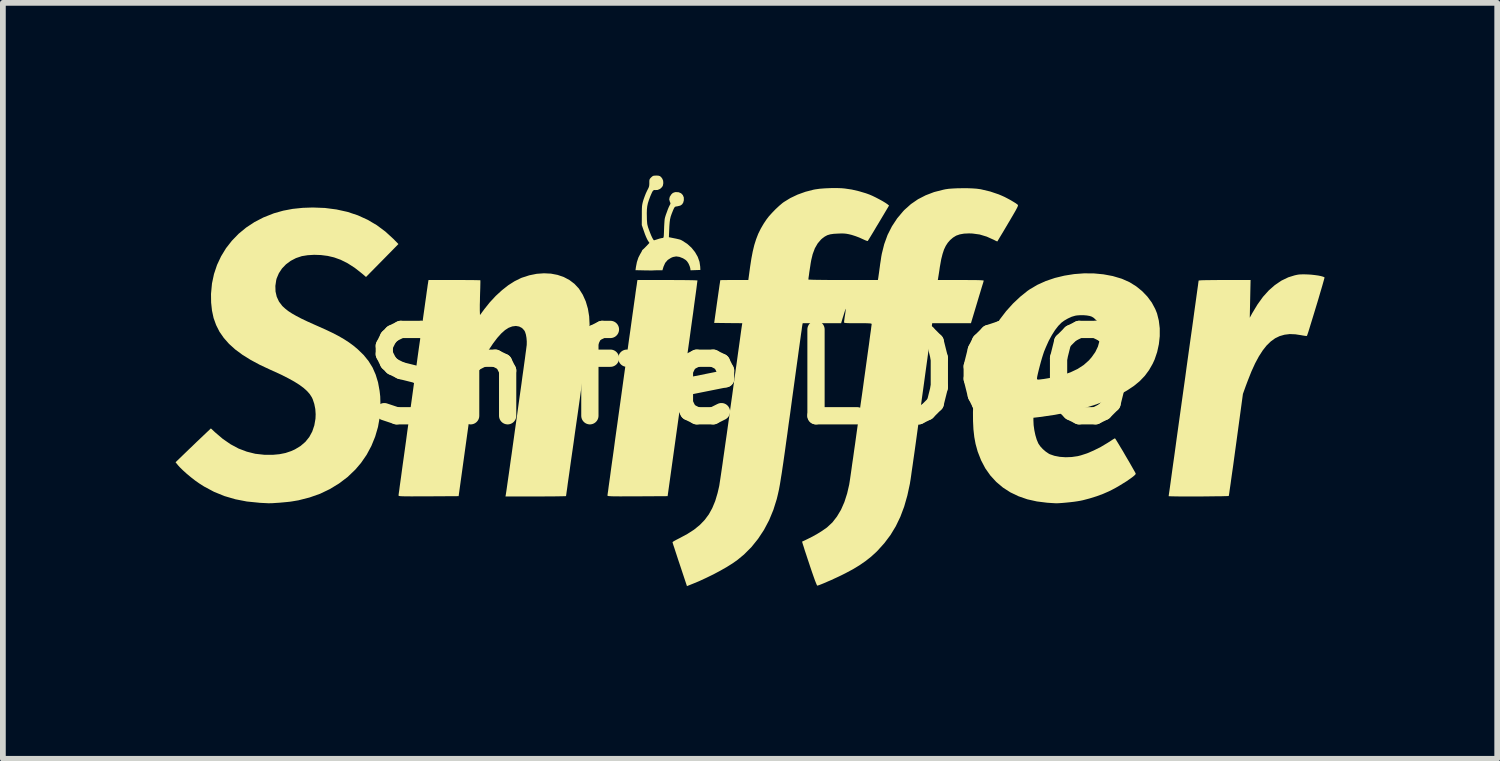
<source format=kicad_pcb>
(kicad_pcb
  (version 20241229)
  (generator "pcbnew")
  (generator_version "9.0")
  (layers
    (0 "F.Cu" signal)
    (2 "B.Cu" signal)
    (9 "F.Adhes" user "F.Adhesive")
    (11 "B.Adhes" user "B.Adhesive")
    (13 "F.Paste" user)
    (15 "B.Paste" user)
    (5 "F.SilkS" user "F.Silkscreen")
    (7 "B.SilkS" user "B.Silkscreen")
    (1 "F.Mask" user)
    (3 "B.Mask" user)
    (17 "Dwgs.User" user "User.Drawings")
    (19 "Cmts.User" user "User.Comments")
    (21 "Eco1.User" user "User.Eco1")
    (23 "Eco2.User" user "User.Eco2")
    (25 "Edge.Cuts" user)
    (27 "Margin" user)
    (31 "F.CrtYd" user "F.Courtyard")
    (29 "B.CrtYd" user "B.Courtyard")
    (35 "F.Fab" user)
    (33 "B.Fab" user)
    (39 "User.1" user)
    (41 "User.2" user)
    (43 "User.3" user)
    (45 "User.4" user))
  (footprint "SnifferLOGO"
    (layer "F.Cu")
    (at 9.984 3.495)
    (property "Reference" "SnifferLOGO" (at 0 0 180) (layer "F.SilkS") (effects (font (size 1.5 1.5) (thickness 0.3))))
    (attr board_only exclude_from_pos_files exclude_from_bom)
    (fp_poly (pts (xy -1.34 -1.68) (xy -1.246 -1.679) (xy -1.161 -1.679) (xy -1.085 -1.678) (xy -1.021 -1.677) (xy -0.971 -1.676) (xy -0.936 -1.674) (xy -0.919 -1.673) (xy -0.917 -1.673) (xy -0.918 -1.662) (xy -0.922 -1.633) (xy -0.928 -1.585) (xy -0.936 -1.521) (xy -0.947 -1.441) (xy -0.96 -1.346) (xy -0.975 -1.237) (xy -0.991 -1.115) (xy -1.01 -0.981) (xy -1.03 -0.836) (xy -1.051 -0.681) (xy -1.074 -0.517) (xy -1.098 -0.344) (xy -1.123 -0.164) (xy -1.149 0.022) (xy -1.174 0.205) (xy -1.435 2.075) (xy -1.958 2.078) (xy -2.074 2.078) (xy -2.171 2.078) (xy -2.252 2.079) (xy -2.318 2.078) (xy -2.37 2.078) (xy -2.409 2.077) (xy -2.438 2.075) (xy -2.458 2.074) (xy -2.471 2.071) (xy -2.478 2.069) (xy -2.48 2.065) (xy -2.48 2.064) (xy -2.479 2.053) (xy -2.475 2.023) (xy -2.468 1.976) (xy -2.46 1.913) (xy -2.449 1.834) (xy -2.436 1.742) (xy -2.422 1.637) (xy -2.406 1.52) (xy -2.388 1.394) (xy -2.369 1.258) (xy -2.35 1.114) (xy -2.329 0.963) (xy -2.307 0.807) (xy -2.285 0.647) (xy -2.262 0.483) (xy -2.239 0.318) (xy -2.216 0.151) (xy -2.193 -0.015) (xy -2.17 -0.179) (xy -2.148 -0.341) (xy -2.126 -0.498) (xy -2.105 -0.651) (xy -2.084 -0.797) (xy -2.065 -0.935) (xy -2.047 -1.065) (xy -2.03 -1.185) (xy -2.015 -1.294) (xy -2.001 -1.39) (xy -1.99 -1.473) (xy -1.98 -1.542) (xy -1.972 -1.594) (xy -1.967 -1.63) (xy -1.965 -1.647) (xy -1.965 -1.647) (xy -1.959 -1.68) (xy -1.44 -1.68)) (stroke (width 0) (type solid)) (fill yes) (layer "F.SilkS"))
    (fp_poly (pts (xy 9.679 -1.777) (xy 9.685 -1.777) (xy 9.748 -1.773) (xy 9.81 -1.766) (xy 9.868 -1.758) (xy 9.917 -1.748) (xy 9.955 -1.737) (xy 9.976 -1.727) (xy 9.978 -1.726) (xy 9.976 -1.715) (xy 9.969 -1.688) (xy 9.957 -1.646) (xy 9.942 -1.592) (xy 9.923 -1.527) (xy 9.901 -1.453) (xy 9.878 -1.374) (xy 9.853 -1.29) (xy 9.827 -1.205) (xy 9.801 -1.119) (xy 9.776 -1.037) (xy 9.752 -0.959) (xy 9.73 -0.888) (xy 9.711 -0.825) (xy 9.695 -0.774) (xy 9.682 -0.736) (xy 9.674 -0.714) (xy 9.672 -0.709) (xy 9.66 -0.708) (xy 9.633 -0.711) (xy 9.596 -0.717) (xy 9.575 -0.721) (xy 9.471 -0.737) (xy 9.374 -0.741) (xy 9.284 -0.73) (xy 9.199 -0.706) (xy 9.12 -0.668) (xy 9.044 -0.613) (xy 8.972 -0.543) (xy 8.904 -0.457) (xy 8.837 -0.353) (xy 8.772 -0.232) (xy 8.708 -0.092) (xy 8.645 0.067) (xy 8.611 0.157) (xy 8.56 0.299) (xy 8.44 1.181) (xy 8.422 1.311) (xy 8.405 1.436) (xy 8.389 1.554) (xy 8.373 1.664) (xy 8.359 1.763) (xy 8.347 1.851) (xy 8.336 1.926) (xy 8.327 1.988) (xy 8.321 2.033) (xy 8.316 2.062) (xy 8.314 2.071) (xy 8.304 2.073) (xy 8.276 2.074) (xy 8.232 2.075) (xy 8.175 2.077) (xy 8.108 2.077) (xy 8.032 2.078) (xy 7.949 2.079) (xy 7.863 2.08) (xy 7.775 2.08) (xy 7.687 2.08) (xy 7.602 2.08) (xy 7.522 2.08) (xy 7.449 2.08) (xy 7.385 2.079) (xy 7.333 2.078) (xy 7.296 2.077) (xy 7.274 2.076) (xy 7.27 2.075) (xy 7.271 2.065) (xy 7.275 2.036) (xy 7.282 1.989) (xy 7.291 1.925) (xy 7.302 1.846) (xy 7.315 1.751) (xy 7.33 1.642) (xy 7.347 1.52) (xy 7.366 1.387) (xy 7.386 1.242) (xy 7.407 1.087) (xy 7.43 0.923) (xy 7.454 0.75) (xy 7.479 0.571) (xy 7.505 0.385) (xy 7.53 0.206) (xy 7.557 0.015) (xy 7.582 -0.171) (xy 7.607 -0.35) (xy 7.631 -0.522) (xy 7.654 -0.686) (xy 7.676 -0.841) (xy 7.696 -0.985) (xy 7.714 -1.119) (xy 7.731 -1.24) (xy 7.746 -1.348) (xy 7.759 -1.443) (xy 7.77 -1.522) (xy 7.779 -1.585) (xy 7.785 -1.632) (xy 7.789 -1.66) (xy 7.79 -1.67) (xy 7.799 -1.672) (xy 7.827 -1.675) (xy 7.873 -1.677) (xy 7.939 -1.678) (xy 8.024 -1.679) (xy 8.128 -1.68) (xy 8.241 -1.68) (xy 8.693 -1.68) (xy 8.686 -1.353) (xy 8.679 -1.025) (xy 8.723 -1.106) (xy 8.813 -1.255) (xy 8.908 -1.387) (xy 9.01 -1.5) (xy 9.117 -1.594) (xy 9.23 -1.67) (xy 9.348 -1.727) (xy 9.458 -1.761) (xy 9.498 -1.77) (xy 9.534 -1.776) (xy 9.573 -1.778) (xy 9.619 -1.779)) (stroke (width 0) (type solid)) (fill yes) (layer "F.SilkS"))
    (fp_poly (pts (xy -7.389 -2.932) (xy -7.188 -2.906) (xy -6.998 -2.864) (xy -6.817 -2.804) (xy -6.648 -2.727) (xy -6.488 -2.633) (xy -6.339 -2.522) (xy -6.199 -2.394) (xy -6.198 -2.393) (xy -6.112 -2.305) (xy -6.393 -2.019) (xy -6.675 -1.733) (xy -6.75 -1.797) (xy -6.871 -1.892) (xy -6.994 -1.971) (xy -7.116 -2.032) (xy -7.23 -2.073) (xy -7.341 -2.099) (xy -7.458 -2.114) (xy -7.577 -2.118) (xy -7.69 -2.111) (xy -7.79 -2.095) (xy -7.892 -2.061) (xy -7.984 -2.013) (xy -8.066 -1.952) (xy -8.135 -1.88) (xy -8.189 -1.798) (xy -8.227 -1.709) (xy -8.235 -1.679) (xy -8.25 -1.577) (xy -8.247 -1.48) (xy -8.226 -1.389) (xy -8.187 -1.305) (xy -8.131 -1.231) (xy -8.121 -1.221) (xy -8.077 -1.181) (xy -8.025 -1.14) (xy -7.962 -1.099) (xy -7.887 -1.056) (xy -7.799 -1.01) (xy -7.696 -0.961) (xy -7.576 -0.907) (xy -7.515 -0.88) (xy -7.378 -0.819) (xy -7.258 -0.762) (xy -7.152 -0.707) (xy -7.057 -0.652) (xy -6.972 -0.597) (xy -6.893 -0.539) (xy -6.819 -0.477) (xy -6.817 -0.475) (xy -6.716 -0.377) (xy -6.631 -0.272) (xy -6.561 -0.159) (xy -6.507 -0.036) (xy -6.466 0.098) (xy -6.439 0.246) (xy -6.428 0.343) (xy -6.423 0.522) (xy -6.436 0.699) (xy -6.467 0.873) (xy -6.516 1.041) (xy -6.582 1.203) (xy -6.664 1.356) (xy -6.762 1.498) (xy -6.861 1.614) (xy -6.996 1.743) (xy -7.144 1.855) (xy -7.303 1.952) (xy -7.474 2.034) (xy -7.656 2.098) (xy -7.848 2.147) (xy -7.948 2.164) (xy -7.993 2.171) (xy -8.05 2.177) (xy -8.114 2.183) (xy -8.18 2.189) (xy -8.244 2.193) (xy -8.302 2.197) (xy -8.348 2.198) (xy -8.375 2.198) (xy -8.396 2.197) (xy -8.433 2.195) (xy -8.479 2.193) (xy -8.531 2.19) (xy -8.535 2.189) (xy -8.745 2.168) (xy -8.945 2.129) (xy -9.136 2.073) (xy -9.317 1.999) (xy -9.489 1.907) (xy -9.575 1.852) (xy -9.646 1.802) (xy -9.719 1.745) (xy -9.791 1.685) (xy -9.856 1.626) (xy -9.911 1.572) (xy -9.94 1.54) (xy -9.984 1.486) (xy -9.81 1.318) (xy -9.751 1.261) (xy -9.687 1.2) (xy -9.623 1.138) (xy -9.563 1.081) (xy -9.512 1.033) (xy -9.503 1.024) (xy -9.37 0.898) (xy -9.295 0.968) (xy -9.162 1.081) (xy -9.027 1.174) (xy -8.889 1.248) (xy -8.746 1.302) (xy -8.598 1.339) (xy -8.444 1.356) (xy -8.295 1.357) (xy -8.178 1.346) (xy -8.073 1.325) (xy -7.975 1.292) (xy -7.911 1.263) (xy -7.813 1.204) (xy -7.729 1.132) (xy -7.661 1.048) (xy -7.609 0.952) (xy -7.573 0.845) (xy -7.553 0.729) (xy -7.55 0.652) (xy -7.556 0.561) (xy -7.574 0.472) (xy -7.601 0.391) (xy -7.617 0.357) (xy -7.652 0.303) (xy -7.699 0.249) (xy -7.758 0.196) (xy -7.832 0.141) (xy -7.921 0.085) (xy -8.026 0.027) (xy -8.148 -0.035) (xy -8.288 -0.099) (xy -8.335 -0.12) (xy -8.517 -0.205) (xy -8.679 -0.292) (xy -8.822 -0.381) (xy -8.948 -0.474) (xy -9.055 -0.571) (xy -9.146 -0.674) (xy -9.221 -0.782) (xy -9.279 -0.897) (xy -9.323 -1.019) (xy -9.351 -1.149) (xy -9.366 -1.288) (xy -9.368 -1.437) (xy -9.367 -1.45) (xy -9.351 -1.621) (xy -9.316 -1.785) (xy -9.263 -1.943) (xy -9.193 -2.092) (xy -9.107 -2.233) (xy -9.005 -2.363) (xy -8.889 -2.483) (xy -8.758 -2.591) (xy -8.614 -2.686) (xy -8.458 -2.767) (xy -8.289 -2.834) (xy -8.273 -2.84) (xy -8.113 -2.885) (xy -7.949 -2.916) (xy -7.776 -2.934) (xy -7.6 -2.94)) (stroke (width 0) (type solid)) (fill yes) (layer "F.SilkS"))
    (fp_poly (pts (xy -1.594 -3.493) (xy -1.568 -3.485) (xy -1.547 -3.467) (xy -1.527 -3.44) (xy -1.513 -3.406) (xy -1.51 -3.363) (xy -1.517 -3.322) (xy -1.531 -3.296) (xy -1.566 -3.263) (xy -1.608 -3.245) (xy -1.646 -3.243) (xy -1.665 -3.244) (xy -1.68 -3.239) (xy -1.694 -3.225) (xy -1.708 -3.199) (xy -1.726 -3.158) (xy -1.736 -3.135) (xy -1.76 -3.07) (xy -1.778 -3.014) (xy -1.789 -2.962) (xy -1.795 -2.906) (xy -1.797 -2.842) (xy -1.796 -2.79) (xy -1.795 -2.731) (xy -1.792 -2.687) (xy -1.789 -2.653) (xy -1.782 -2.623) (xy -1.773 -2.591) (xy -1.76 -2.555) (xy -1.739 -2.499) (xy -1.719 -2.45) (xy -1.7 -2.41) (xy -1.684 -2.383) (xy -1.674 -2.371) (xy -1.672 -2.37) (xy -1.66 -2.373) (xy -1.634 -2.381) (xy -1.606 -2.39) (xy -1.571 -2.401) (xy -1.54 -2.408) (xy -1.525 -2.41) (xy -1.516 -2.411) (xy -1.51 -2.415) (xy -1.505 -2.425) (xy -1.502 -2.445) (xy -1.5 -2.478) (xy -1.498 -2.526) (xy -1.497 -2.558) (xy -1.495 -2.613) (xy -1.492 -2.666) (xy -1.489 -2.709) (xy -1.486 -2.739) (xy -1.485 -2.745) (xy -1.478 -2.774) (xy -1.465 -2.815) (xy -1.448 -2.861) (xy -1.431 -2.908) (xy -1.414 -2.949) (xy -1.399 -2.979) (xy -1.395 -2.987) (xy -1.386 -3.004) (xy -1.388 -3.022) (xy -1.396 -3.04) (xy -1.407 -3.082) (xy -1.398 -3.125) (xy -1.37 -3.169) (xy -1.344 -3.193) (xy -1.314 -3.204) (xy -1.294 -3.208) (xy -1.243 -3.205) (xy -1.201 -3.187) (xy -1.171 -3.156) (xy -1.154 -3.115) (xy -1.153 -3.067) (xy -1.164 -3.025) (xy -1.184 -2.994) (xy -1.215 -2.973) (xy -1.26 -2.962) (xy -1.269 -2.96) (xy -1.292 -2.957) (xy -1.307 -2.951) (xy -1.319 -2.937) (xy -1.331 -2.913) (xy -1.343 -2.885) (xy -1.365 -2.83) (xy -1.382 -2.781) (xy -1.393 -2.733) (xy -1.4 -2.68) (xy -1.405 -2.616) (xy -1.407 -2.57) (xy -1.413 -2.424) (xy -1.334 -2.408) (xy -1.284 -2.398) (xy -1.25 -2.39) (xy -1.226 -2.384) (xy -1.208 -2.378) (xy -1.192 -2.37) (xy -1.179 -2.363) (xy -1.094 -2.308) (xy -1.02 -2.241) (xy -0.959 -2.165) (xy -0.912 -2.083) (xy -0.881 -1.996) (xy -0.869 -1.914) (xy -0.866 -1.855) (xy -0.952 -1.852) (xy -1.037 -1.849) (xy -1.042 -1.887) (xy -1.051 -1.918) (xy -1.066 -1.954) (xy -1.077 -1.975) (xy -1.099 -2.007) (xy -1.125 -2.031) (xy -1.162 -2.054) (xy -1.169 -2.058) (xy -1.23 -2.082) (xy -1.286 -2.09) (xy -1.341 -2.08) (xy -1.375 -2.066) (xy -1.433 -2.029) (xy -1.477 -1.978) (xy -1.506 -1.913) (xy -1.507 -1.91) (xy -1.525 -1.85) (xy -1.6 -1.849) (xy -1.639 -1.849) (xy -1.67 -1.848) (xy -1.689 -1.847) (xy -1.69 -1.847) (xy -1.705 -1.846) (xy -1.736 -1.846) (xy -1.779 -1.847) (xy -1.83 -1.847) (xy -1.849 -1.848) (xy -1.993 -1.851) (xy -1.986 -1.903) (xy -1.969 -1.991) (xy -1.943 -2.07) (xy -1.913 -2.128) (xy -1.896 -2.157) (xy -1.884 -2.179) (xy -1.88 -2.19) (xy -1.873 -2.203) (xy -1.867 -2.207) (xy -1.855 -2.218) (xy -1.833 -2.239) (xy -1.806 -2.267) (xy -1.803 -2.27) (xy -1.751 -2.325) (xy -1.778 -2.365) (xy -1.792 -2.391) (xy -1.81 -2.43) (xy -1.829 -2.477) (xy -1.844 -2.52) (xy -1.884 -2.635) (xy -1.883 -2.81) (xy -1.883 -2.874) (xy -1.882 -2.922) (xy -1.88 -2.96) (xy -1.876 -2.99) (xy -1.87 -3.019) (xy -1.862 -3.05) (xy -1.851 -3.085) (xy -1.833 -3.135) (xy -1.813 -3.186) (xy -1.793 -3.229) (xy -1.785 -3.245) (xy -1.766 -3.282) (xy -1.756 -3.313) (xy -1.753 -3.346) (xy -1.753 -3.367) (xy -1.753 -3.403) (xy -1.749 -3.426) (xy -1.739 -3.444) (xy -1.722 -3.462) (xy -1.701 -3.481) (xy -1.682 -3.491) (xy -1.655 -3.494) (xy -1.632 -3.495)) (stroke (width 0) (type solid)) (fill yes) (layer "F.SilkS"))
    (fp_poly (pts (xy -3.462 -1.791) (xy -3.347 -1.769) (xy -3.239 -1.732) (xy -3.141 -1.68) (xy -3.054 -1.614) (xy -2.979 -1.534) (xy -2.974 -1.527) (xy -2.909 -1.424) (xy -2.857 -1.308) (xy -2.82 -1.182) (xy -2.798 -1.049) (xy -2.791 -0.91) (xy -2.793 -0.855) (xy -2.795 -0.833) (xy -2.8 -0.793) (xy -2.807 -0.735) (xy -2.817 -0.662) (xy -2.829 -0.573) (xy -2.842 -0.471) (xy -2.858 -0.356) (xy -2.875 -0.229) (xy -2.894 -0.093) (xy -2.914 0.052) (xy -2.936 0.205) (xy -2.958 0.364) (xy -2.981 0.528) (xy -2.999 0.656) (xy -3.023 0.822) (xy -3.046 0.982) (xy -3.067 1.135) (xy -3.088 1.281) (xy -3.108 1.419) (xy -3.126 1.546) (xy -3.142 1.662) (xy -3.157 1.766) (xy -3.17 1.857) (xy -3.18 1.934) (xy -3.189 1.995) (xy -3.195 2.039) (xy -3.199 2.066) (xy -3.2 2.074) (xy -3.21 2.075) (xy -3.238 2.076) (xy -3.282 2.077) (xy -3.34 2.078) (xy -3.412 2.079) (xy -3.494 2.079) (xy -3.584 2.08) (xy -3.682 2.08) (xy -3.726 2.08) (xy -4.252 2.08) (xy -4.246 2.047) (xy -4.243 2.027) (xy -4.237 1.988) (xy -4.229 1.933) (xy -4.219 1.862) (xy -4.207 1.778) (xy -4.193 1.682) (xy -4.178 1.575) (xy -4.162 1.459) (xy -4.144 1.336) (xy -4.126 1.205) (xy -4.107 1.07) (xy -4.088 0.932) (xy -4.068 0.792) (xy -4.048 0.651) (xy -4.029 0.511) (xy -4.01 0.374) (xy -3.991 0.241) (xy -3.973 0.113) (xy -3.957 -0.008) (xy -3.941 -0.12) (xy -3.927 -0.223) (xy -3.914 -0.315) (xy -3.904 -0.393) (xy -3.895 -0.458) (xy -3.889 -0.506) (xy -3.885 -0.538) (xy -3.883 -0.55) (xy -3.882 -0.612) (xy -3.887 -0.675) (xy -3.897 -0.732) (xy -3.912 -0.779) (xy -3.924 -0.802) (xy -3.964 -0.846) (xy -4.014 -0.872) (xy -4.071 -0.882) (xy -4.134 -0.874) (xy -4.198 -0.85) (xy -4.26 -0.81) (xy -4.326 -0.751) (xy -4.395 -0.674) (xy -4.467 -0.579) (xy -4.541 -0.468) (xy -4.617 -0.34) (xy -4.695 -0.196) (xy -4.709 -0.169) (xy -4.771 -0.045) (xy -4.919 1.015) (xy -5.066 2.075) (xy -5.588 2.078) (xy -5.703 2.078) (xy -5.801 2.078) (xy -5.881 2.079) (xy -5.946 2.078) (xy -5.998 2.078) (xy -6.037 2.077) (xy -6.066 2.076) (xy -6.086 2.074) (xy -6.099 2.072) (xy -6.106 2.069) (xy -6.109 2.066) (xy -6.11 2.062) (xy -6.109 2.051) (xy -6.105 2.021) (xy -6.098 1.974) (xy -6.09 1.91) (xy -6.079 1.831) (xy -6.066 1.739) (xy -6.052 1.634) (xy -6.036 1.517) (xy -6.018 1.39) (xy -5.999 1.254) (xy -5.979 1.11) (xy -5.959 0.959) (xy -5.937 0.803) (xy -5.915 0.643) (xy -5.892 0.479) (xy -5.869 0.314) (xy -5.846 0.147) (xy -5.823 -0.019) (xy -5.8 -0.183) (xy -5.778 -0.345) (xy -5.756 -0.502) (xy -5.734 -0.654) (xy -5.714 -0.8) (xy -5.695 -0.939) (xy -5.677 -1.068) (xy -5.66 -1.188) (xy -5.645 -1.297) (xy -5.631 -1.393) (xy -5.62 -1.475) (xy -5.61 -1.543) (xy -5.603 -1.595) (xy -5.597 -1.63) (xy -5.595 -1.647) (xy -5.595 -1.647) (xy -5.589 -1.68) (xy -5.141 -1.68) (xy -5.049 -1.68) (xy -4.962 -1.68) (xy -4.884 -1.679) (xy -4.816 -1.679) (xy -4.761 -1.678) (xy -4.72 -1.677) (xy -4.696 -1.677) (xy -4.689 -1.676) (xy -4.688 -1.665) (xy -4.688 -1.637) (xy -4.689 -1.595) (xy -4.69 -1.542) (xy -4.692 -1.481) (xy -4.693 -1.453) (xy -4.695 -1.383) (xy -4.696 -1.314) (xy -4.698 -1.251) (xy -4.698 -1.197) (xy -4.698 -1.159) (xy -4.698 -1.153) (xy -4.695 -1.071) (xy -4.62 -1.173) (xy -4.524 -1.293) (xy -4.421 -1.404) (xy -4.313 -1.503) (xy -4.204 -1.589) (xy -4.094 -1.659) (xy -3.987 -1.712) (xy -3.968 -1.72) (xy -3.838 -1.762) (xy -3.709 -1.788) (xy -3.583 -1.797)) (stroke (width 0) (type solid)) (fill yes) (layer "F.SilkS"))
    (fp_poly (pts (xy 5.969 -1.795) (xy 6.137 -1.779) (xy 6.298 -1.749) (xy 6.45 -1.704) (xy 6.468 -1.697) (xy 6.591 -1.642) (xy 6.705 -1.571) (xy 6.809 -1.487) (xy 6.9 -1.392) (xy 6.977 -1.288) (xy 7.037 -1.176) (xy 7.068 -1.099) (xy 7.099 -0.974) (xy 7.115 -0.842) (xy 7.115 -0.704) (xy 7.1 -0.566) (xy 7.07 -0.429) (xy 7.026 -0.299) (xy 6.992 -0.225) (xy 6.929 -0.115) (xy 6.855 -0.015) (xy 6.768 0.076) (xy 6.666 0.16) (xy 6.547 0.239) (xy 6.42 0.309) (xy 6.223 0.4) (xy 6.011 0.481) (xy 5.783 0.552) (xy 5.543 0.613) (xy 5.292 0.662) (xy 5.03 0.7) (xy 5.022 0.701) (xy 4.92 0.713) (xy 4.92 0.759) (xy 4.924 0.842) (xy 4.936 0.929) (xy 4.954 1.014) (xy 4.977 1.092) (xy 5.004 1.156) (xy 5.007 1.162) (xy 5.039 1.209) (xy 5.083 1.257) (xy 5.134 1.301) (xy 5.184 1.335) (xy 5.204 1.346) (xy 5.285 1.374) (xy 5.379 1.392) (xy 5.481 1.399) (xy 5.586 1.395) (xy 5.69 1.38) (xy 5.745 1.366) (xy 5.853 1.331) (xy 5.969 1.281) (xy 6.089 1.221) (xy 6.208 1.15) (xy 6.272 1.109) (xy 6.302 1.089) (xy 6.325 1.076) (xy 6.337 1.07) (xy 6.337 1.07) (xy 6.344 1.079) (xy 6.359 1.102) (xy 6.381 1.138) (xy 6.409 1.184) (xy 6.441 1.238) (xy 6.477 1.297) (xy 6.513 1.36) (xy 6.55 1.423) (xy 6.586 1.484) (xy 6.619 1.542) (xy 6.648 1.593) (xy 6.672 1.635) (xy 6.689 1.665) (xy 6.697 1.683) (xy 6.698 1.685) (xy 6.692 1.698) (xy 6.67 1.72) (xy 6.635 1.748) (xy 6.59 1.78) (xy 6.537 1.817) (xy 6.477 1.854) (xy 6.414 1.893) (xy 6.35 1.93) (xy 6.286 1.964) (xy 6.232 1.991) (xy 6.129 2.036) (xy 6.015 2.078) (xy 5.896 2.115) (xy 5.782 2.145) (xy 5.74 2.154) (xy 5.689 2.163) (xy 5.628 2.172) (xy 5.56 2.18) (xy 5.49 2.187) (xy 5.424 2.193) (xy 5.365 2.197) (xy 5.319 2.199) (xy 5.3 2.198) (xy 5.28 2.197) (xy 5.246 2.195) (xy 5.201 2.192) (xy 5.157 2.189) (xy 4.981 2.167) (xy 4.815 2.13) (xy 4.662 2.077) (xy 4.52 2.009) (xy 4.391 1.926) (xy 4.275 1.828) (xy 4.173 1.717) (xy 4.084 1.591) (xy 4.011 1.452) (xy 3.952 1.301) (xy 3.915 1.167) (xy 3.893 1.048) (xy 3.878 0.914) (xy 3.871 0.769) (xy 3.87 0.616) (xy 3.875 0.459) (xy 3.888 0.302) (xy 3.908 0.148) (xy 3.921 0.071) (xy 3.93 0.028) (xy 4.982 0.028) (xy 4.983 0.041) (xy 4.99 0.048) (xy 5.008 0.05) (xy 5.039 0.047) (xy 5.085 0.041) (xy 5.097 0.04) (xy 5.27 0.011) (xy 5.426 -0.028) (xy 5.565 -0.077) (xy 5.688 -0.135) (xy 5.794 -0.204) (xy 5.883 -0.283) (xy 5.931 -0.338) (xy 5.996 -0.43) (xy 6.041 -0.524) (xy 6.068 -0.622) (xy 6.078 -0.726) (xy 6.078 -0.77) (xy 6.069 -0.854) (xy 6.048 -0.923) (xy 6.015 -0.978) (xy 5.969 -1.022) (xy 5.935 -1.043) (xy 5.9 -1.055) (xy 5.85 -1.064) (xy 5.793 -1.069) (xy 5.733 -1.069) (xy 5.677 -1.065) (xy 5.647 -1.06) (xy 5.585 -1.042) (xy 5.518 -1.011) (xy 5.454 -0.974) (xy 5.407 -0.939) (xy 5.352 -0.883) (xy 5.295 -0.809) (xy 5.24 -0.722) (xy 5.186 -0.623) (xy 5.137 -0.514) (xy 5.105 -0.436) (xy 5.089 -0.388) (xy 5.07 -0.328) (xy 5.05 -0.259) (xy 5.031 -0.188) (xy 5.013 -0.118) (xy 4.998 -0.056) (xy 4.987 -0.006) (xy 4.985 0.007) (xy 4.982 0.028) (xy 3.93 0.028) (xy 3.958 -0.109) (xy 4.006 -0.285) (xy 4.061 -0.455) (xy 4.124 -0.615) (xy 4.193 -0.761) (xy 4.242 -0.851) (xy 4.338 -0.998) (xy 4.446 -1.139) (xy 4.564 -1.27) (xy 4.689 -1.388) (xy 4.817 -1.491) (xy 4.856 -1.518) (xy 4.99 -1.597) (xy 5.136 -1.663) (xy 5.293 -1.716) (xy 5.458 -1.756) (xy 5.627 -1.783) (xy 5.798 -1.796)) (stroke (width 0) (type solid)) (fill yes) (layer "F.SilkS"))
    (fp_poly (pts (xy 1.587 -3.275) (xy 1.642 -3.27) (xy 1.764 -3.252) (xy 1.889 -3.223) (xy 2.01 -3.187) (xy 2.071 -3.165) (xy 2.122 -3.143) (xy 2.18 -3.115) (xy 2.239 -3.084) (xy 2.296 -3.053) (xy 2.344 -3.024) (xy 2.38 -3) (xy 2.385 -2.996) (xy 2.412 -2.974) (xy 2.231 -2.67) (xy 2.188 -2.599) (xy 2.149 -2.533) (xy 2.114 -2.475) (xy 2.085 -2.427) (xy 2.062 -2.39) (xy 2.047 -2.366) (xy 2.042 -2.358) (xy 2.03 -2.359) (xy 2.005 -2.368) (xy 1.971 -2.383) (xy 1.945 -2.395) (xy 1.892 -2.419) (xy 1.831 -2.442) (xy 1.772 -2.461) (xy 1.755 -2.466) (xy 1.708 -2.477) (xy 1.669 -2.484) (xy 1.63 -2.488) (xy 1.585 -2.489) (xy 1.53 -2.487) (xy 1.453 -2.483) (xy 1.391 -2.474) (xy 1.34 -2.459) (xy 1.295 -2.435) (xy 1.252 -2.403) (xy 1.231 -2.385) (xy 1.172 -2.316) (xy 1.123 -2.231) (xy 1.085 -2.129) (xy 1.061 -2.03) (xy 1.056 -2.003) (xy 1.049 -1.963) (xy 1.042 -1.915) (xy 1.034 -1.864) (xy 1.026 -1.812) (xy 1.02 -1.764) (xy 1.014 -1.725) (xy 1.011 -1.698) (xy 1.01 -1.689) (xy 1.02 -1.687) (xy 1.049 -1.686) (xy 1.096 -1.684) (xy 1.16 -1.683) (xy 1.241 -1.682) (xy 1.336 -1.681) (xy 1.447 -1.68) (xy 1.57 -1.68) (xy 1.614 -1.68) (xy 2.218 -1.68) (xy 2.224 -1.712) (xy 2.227 -1.734) (xy 2.232 -1.77) (xy 2.239 -1.818) (xy 2.246 -1.872) (xy 2.25 -1.9) (xy 2.258 -1.961) (xy 2.268 -2.023) (xy 2.276 -2.08) (xy 2.284 -2.124) (xy 2.286 -2.135) (xy 2.328 -2.303) (xy 2.386 -2.463) (xy 2.462 -2.613) (xy 2.553 -2.751) (xy 2.659 -2.877) (xy 2.68 -2.899) (xy 2.792 -2.999) (xy 2.914 -3.083) (xy 3.048 -3.152) (xy 3.194 -3.208) (xy 3.355 -3.249) (xy 3.393 -3.257) (xy 3.449 -3.265) (xy 3.52 -3.27) (xy 3.601 -3.274) (xy 3.688 -3.275) (xy 3.775 -3.275) (xy 3.857 -3.272) (xy 3.931 -3.267) (xy 3.99 -3.259) (xy 4.005 -3.257) (xy 4.169 -3.218) (xy 4.317 -3.168) (xy 4.369 -3.146) (xy 4.418 -3.124) (xy 4.47 -3.097) (xy 4.522 -3.069) (xy 4.569 -3.041) (xy 4.61 -3.016) (xy 4.638 -2.996) (xy 4.65 -2.985) (xy 4.652 -2.979) (xy 4.65 -2.967) (xy 4.643 -2.949) (xy 4.63 -2.923) (xy 4.611 -2.887) (xy 4.584 -2.84) (xy 4.549 -2.78) (xy 4.505 -2.705) (xy 4.48 -2.663) (xy 4.438 -2.592) (xy 4.399 -2.526) (xy 4.364 -2.468) (xy 4.335 -2.42) (xy 4.313 -2.383) (xy 4.299 -2.359) (xy 4.294 -2.351) (xy 4.284 -2.353) (xy 4.262 -2.363) (xy 4.231 -2.379) (xy 4.231 -2.379) (xy 4.109 -2.434) (xy 3.986 -2.471) (xy 3.861 -2.488) (xy 3.802 -2.49) (xy 3.714 -2.486) (xy 3.641 -2.473) (xy 3.578 -2.451) (xy 3.523 -2.417) (xy 3.473 -2.374) (xy 3.432 -2.327) (xy 3.397 -2.273) (xy 3.367 -2.21) (xy 3.342 -2.134) (xy 3.319 -2.044) (xy 3.3 -1.938) (xy 3.294 -1.905) (xy 3.286 -1.848) (xy 3.278 -1.796) (xy 3.271 -1.752) (xy 3.266 -1.722) (xy 3.265 -1.712) (xy 3.259 -1.68) (xy 3.66 -1.68) (xy 3.764 -1.68) (xy 3.85 -1.679) (xy 3.918 -1.679) (xy 3.971 -1.678) (xy 4.01 -1.676) (xy 4.036 -1.674) (xy 4.051 -1.672) (xy 4.057 -1.669) (xy 4.057 -1.667) (xy 4.053 -1.655) (xy 4.045 -1.626) (xy 4.031 -1.582) (xy 4.014 -1.526) (xy 3.994 -1.459) (xy 3.971 -1.384) (xy 3.947 -1.303) (xy 3.944 -1.293) (xy 3.835 -0.93) (xy 3.499 -0.93) (xy 3.162 -0.93) (xy 3.156 -0.887) (xy 3.154 -0.872) (xy 3.149 -0.839) (xy 3.142 -0.788) (xy 3.133 -0.721) (xy 3.122 -0.639) (xy 3.109 -0.543) (xy 3.094 -0.434) (xy 3.078 -0.315) (xy 3.06 -0.185) (xy 3.041 -0.047) (xy 3.021 0.1) (xy 3 0.252) (xy 2.978 0.41) (xy 2.975 0.435) (xy 2.953 0.596) (xy 2.931 0.752) (xy 2.91 0.904) (xy 2.89 1.05) (xy 2.871 1.188) (xy 2.853 1.317) (xy 2.836 1.435) (xy 2.821 1.542) (xy 2.807 1.636) (xy 2.796 1.716) (xy 2.787 1.779) (xy 2.779 1.826) (xy 2.775 1.854) (xy 2.775 1.855) (xy 2.73 2.063) (xy 2.675 2.256) (xy 2.608 2.434) (xy 2.529 2.598) (xy 2.437 2.75) (xy 2.331 2.891) (xy 2.212 3.023) (xy 2.189 3.046) (xy 2.1 3.127) (xy 2.005 3.202) (xy 1.901 3.274) (xy 1.786 3.344) (xy 1.655 3.414) (xy 1.585 3.449) (xy 1.529 3.476) (xy 1.468 3.504) (xy 1.406 3.533) (xy 1.345 3.559) (xy 1.288 3.584) (xy 1.239 3.604) (xy 1.2 3.619) (xy 1.173 3.628) (xy 1.165 3.63) (xy 1.158 3.62) (xy 1.146 3.592) (xy 1.127 3.545) (xy 1.104 3.481) (xy 1.075 3.398) (xy 1.041 3.298) (xy 1.025 3.249) (xy 0.997 3.166) (xy 0.972 3.089) (xy 0.949 3.021) (xy 0.931 2.962) (xy 0.916 2.916) (xy 0.906 2.883) (xy 0.902 2.867) (xy 0.901 2.866) (xy 0.911 2.86) (xy 0.936 2.849) (xy 0.969 2.833) (xy 0.992 2.822) (xy 1.08 2.778) (xy 1.169 2.728) (xy 1.252 2.676) (xy 1.324 2.626) (xy 1.338 2.615) (xy 1.428 2.531) (xy 1.507 2.429) (xy 1.577 2.312) (xy 1.636 2.178) (xy 1.684 2.028) (xy 1.72 1.872) (xy 1.723 1.852) (xy 1.729 1.815) (xy 1.737 1.761) (xy 1.747 1.692) (xy 1.759 1.609) (xy 1.772 1.514) (xy 1.788 1.407) (xy 1.804 1.291) (xy 1.822 1.167) (xy 1.84 1.036) (xy 1.859 0.899) (xy 1.879 0.759) (xy 1.899 0.615) (xy 1.919 0.471) (xy 1.94 0.326) (xy 1.96 0.183) (xy 1.979 0.043) (xy 1.998 -0.093) (xy 2.016 -0.224) (xy 2.033 -0.347) (xy 2.049 -0.462) (xy 2.064 -0.568) (xy 2.076 -0.662) (xy 2.087 -0.743) (xy 2.097 -0.811) (xy 2.103 -0.863) (xy 2.108 -0.898) (xy 2.11 -0.916) (xy 2.11 -0.917) (xy 2.106 -0.921) (xy 2.093 -0.925) (xy 2.069 -0.927) (xy 2.031 -0.929) (xy 1.978 -0.93) (xy 1.909 -0.93) (xy 1.87 -0.93) (xy 1.794 -0.93) (xy 1.737 -0.93) (xy 1.694 -0.931) (xy 1.665 -0.933) (xy 1.646 -0.935) (xy 1.635 -0.938) (xy 1.631 -0.943) (xy 1.63 -0.948) (xy 1.632 -0.965) (xy 1.636 -0.996) (xy 1.641 -1.037) (xy 1.645 -1.06) (xy 1.653 -1.112) (xy 1.657 -1.15) (xy 1.659 -1.174) (xy 1.658 -1.18) (xy 1.655 -1.175) (xy 1.651 -1.162) (xy 1.642 -1.134) (xy 1.63 -1.095) (xy 1.616 -1.049) (xy 1.615 -1.048) (xy 1.579 -0.93) (xy 1.245 -0.93) (xy 0.912 -0.93) (xy 0.906 -0.902) (xy 0.904 -0.889) (xy 0.899 -0.858) (xy 0.893 -0.808) (xy 0.883 -0.743) (xy 0.872 -0.662) (xy 0.859 -0.568) (xy 0.844 -0.461) (xy 0.828 -0.342) (xy 0.81 -0.213) (xy 0.791 -0.075) (xy 0.771 0.071) (xy 0.75 0.224) (xy 0.728 0.383) (xy 0.72 0.443) (xy 0.693 0.644) (xy 0.667 0.827) (xy 0.645 0.992) (xy 0.624 1.14) (xy 0.606 1.273) (xy 0.589 1.392) (xy 0.574 1.497) (xy 0.56 1.59) (xy 0.548 1.673) (xy 0.536 1.745) (xy 0.526 1.809) (xy 0.517 1.865) (xy 0.508 1.914) (xy 0.5 1.958) (xy 0.491 1.998) (xy 0.483 2.034) (xy 0.475 2.068) (xy 0.467 2.101) (xy 0.461 2.126) (xy 0.402 2.314) (xy 0.328 2.493) (xy 0.239 2.661) (xy 0.136 2.817) (xy 0.02 2.961) (xy -0.108 3.089) (xy -0.223 3.184) (xy -0.307 3.243) (xy -0.406 3.305) (xy -0.518 3.369) (xy -0.638 3.433) (xy -0.763 3.494) (xy -0.888 3.552) (xy -0.977 3.589) (xy -1.099 3.638) (xy -1.224 3.262) (xy -1.252 3.179) (xy -1.277 3.102) (xy -1.3 3.032) (xy -1.319 2.973) (xy -1.335 2.926) (xy -1.345 2.893) (xy -1.35 2.876) (xy -1.35 2.875) (xy -1.342 2.867) (xy -1.318 2.852) (xy -1.283 2.833) (xy -1.24 2.811) (xy -1.228 2.805) (xy -1.094 2.733) (xy -0.977 2.658) (xy -0.877 2.577) (xy -0.792 2.489) (xy -0.719 2.391) (xy -0.659 2.282) (xy -0.608 2.159) (xy -0.567 2.021) (xy -0.54 1.905) (xy -0.536 1.883) (xy -0.53 1.842) (xy -0.521 1.784) (xy -0.51 1.711) (xy -0.497 1.622) (xy -0.482 1.52) (xy -0.466 1.405) (xy -0.448 1.28) (xy -0.429 1.145) (xy -0.408 1.001) (xy -0.387 0.85) (xy -0.365 0.694) (xy -0.343 0.532) (xy -0.335 0.475) (xy -0.312 0.314) (xy -0.291 0.157) (xy -0.27 0.007) (xy -0.25 -0.135) (xy -0.231 -0.269) (xy -0.214 -0.394) (xy -0.198 -0.507) (xy -0.184 -0.608) (xy -0.172 -0.696) (xy -0.162 -0.769) (xy -0.154 -0.826) (xy -0.148 -0.866) (xy -0.145 -0.889) (xy -0.144 -0.892) (xy -0.138 -0.93) (xy -0.382 -0.932) (xy -0.626 -0.935) (xy -0.574 -1.305) (xy -0.562 -1.389) (xy -0.551 -1.466) (xy -0.541 -1.534) (xy -0.533 -1.592) (xy -0.526 -1.636) (xy -0.522 -1.665) (xy -0.52 -1.677) (xy -0.52 -1.677) (xy -0.511 -1.678) (xy -0.484 -1.679) (xy -0.442 -1.679) (xy -0.389 -1.68) (xy -0.326 -1.68) (xy -0.277 -1.68) (xy -0.033 -1.68) (xy -0.002 -1.909) (xy 0.02 -2.052) (xy 0.044 -2.177) (xy 0.071 -2.289) (xy 0.103 -2.39) (xy 0.139 -2.483) (xy 0.183 -2.572) (xy 0.233 -2.658) (xy 0.281 -2.73) (xy 0.324 -2.786) (xy 0.379 -2.847) (xy 0.44 -2.91) (xy 0.502 -2.968) (xy 0.56 -3.017) (xy 0.583 -3.034) (xy 0.697 -3.104) (xy 0.823 -3.164) (xy 0.959 -3.213) (xy 1.098 -3.249) (xy 1.13 -3.255) (xy 1.209 -3.266) (xy 1.301 -3.273) (xy 1.399 -3.277) (xy 1.497 -3.278)) (stroke (width 0) (type solid)) (fill yes) (layer "F.SilkS")))
  (gr_rect
    (start -3 -3)
    (end 22.962 10.133)
    (stroke (width 0.1) (type default))
    (fill no)
    (layer "Edge.Cuts")))
</source>
